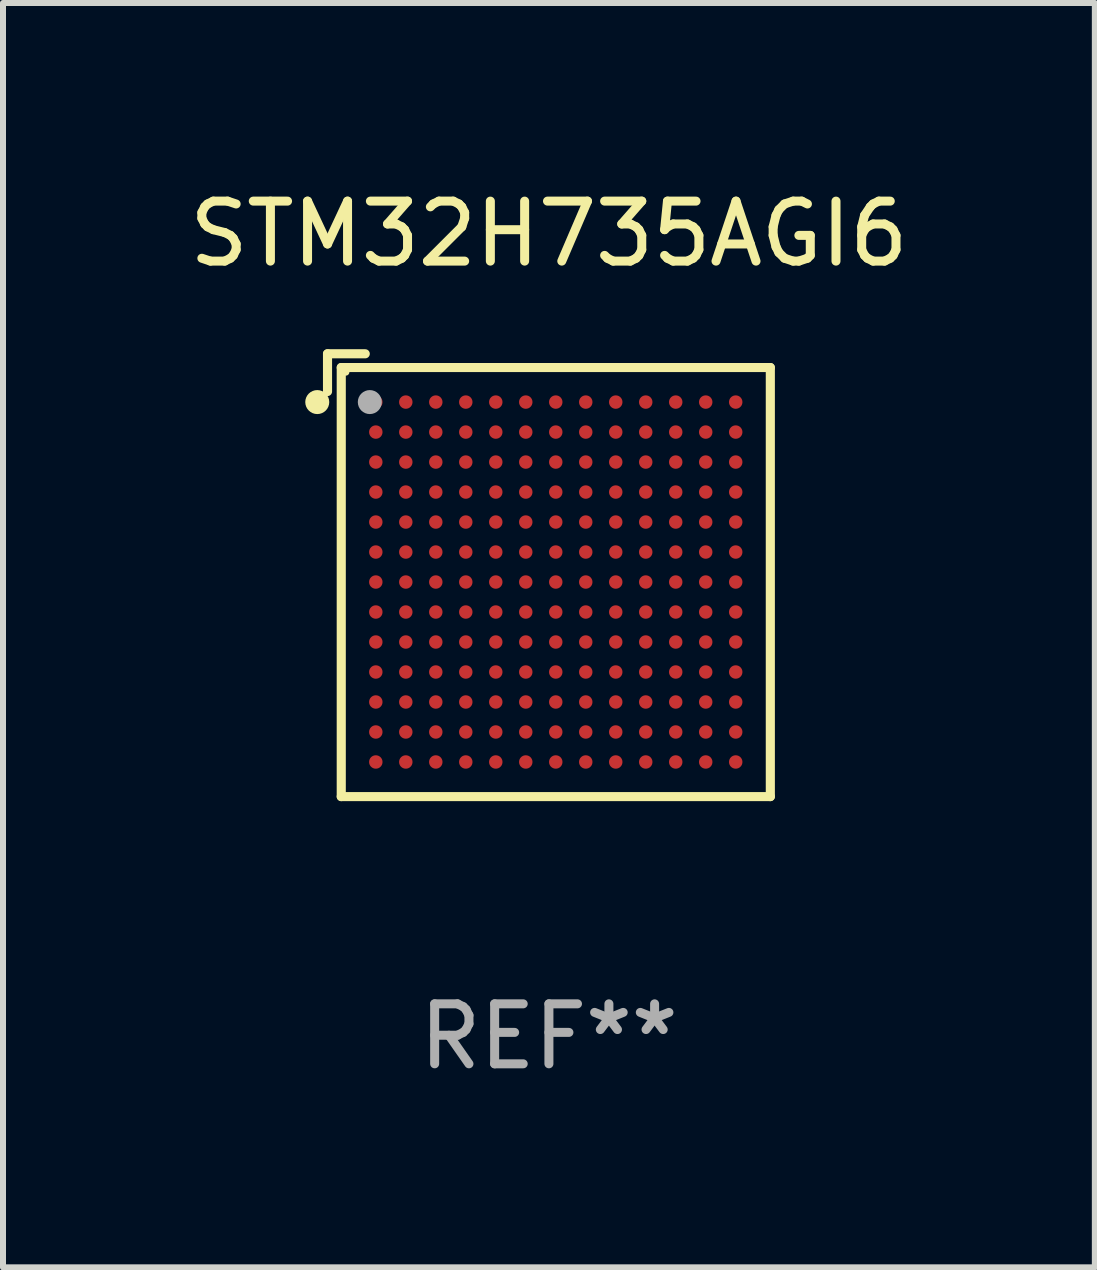
<source format=kicad_pcb>
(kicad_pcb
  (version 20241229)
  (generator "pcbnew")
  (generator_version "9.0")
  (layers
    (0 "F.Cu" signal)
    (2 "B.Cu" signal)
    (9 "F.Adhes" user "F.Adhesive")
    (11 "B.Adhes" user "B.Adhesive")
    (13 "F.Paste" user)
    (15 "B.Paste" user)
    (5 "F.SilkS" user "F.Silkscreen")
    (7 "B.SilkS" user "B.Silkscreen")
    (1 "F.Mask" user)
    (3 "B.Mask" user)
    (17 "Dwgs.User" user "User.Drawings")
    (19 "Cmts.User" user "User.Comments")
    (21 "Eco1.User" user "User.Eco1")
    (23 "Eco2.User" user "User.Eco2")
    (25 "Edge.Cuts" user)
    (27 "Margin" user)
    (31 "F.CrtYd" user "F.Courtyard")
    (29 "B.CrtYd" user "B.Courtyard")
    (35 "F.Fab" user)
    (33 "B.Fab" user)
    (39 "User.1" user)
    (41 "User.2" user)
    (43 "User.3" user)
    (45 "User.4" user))
  (footprint "STM32H735AGI6"
    (layer "F.Cu")
    (at 6.101 6.539)
    (property "Reference" "STM32H735AGI6" (at 0 -5.691 0) (layer "F.SilkS") (effects (font (size 1 1) (thickness 0.15))))
    (attr through_hole)
    (fp_line (start -3.691 -3.691) (end -3.691 -3.062) (stroke (width 0.152) (type solid)) (layer "F.SilkS"))
    (fp_line (start -3.462 -3.462) (end 3.691 -3.462) (stroke (width 0.152) (type solid)) (layer "F.SilkS"))
    (fp_line (start -3.462 3.691) (end -3.462 -3.462) (stroke (width 0.152) (type solid)) (layer "F.SilkS"))
    (fp_line (start -3.062 -3.691) (end -3.691 -3.691) (stroke (width 0.152) (type solid)) (layer "F.SilkS"))
    (fp_line (start 3.691 -3.462) (end 3.691 3.691) (stroke (width 0.152) (type solid)) (layer "F.SilkS"))
    (fp_line (start 3.691 3.691) (end -3.462 3.691) (stroke (width 0.152) (type solid)) (layer "F.SilkS"))
    (fp_circle (center -3.862 -2.886) (end -3.762 -2.886) (stroke (width 0.2) (type solid)) (fill no) (layer "F.SilkS"))
    (fp_circle (center -3.386 -3.386) (end -3.356 -3.386) (stroke (width 0.06) (type solid)) (fill no) (layer "F.SilkS"))
    (fp_circle (center -2.986 -2.886) (end -2.886 -2.886) (stroke (width 0.2) (type solid)) (fill no) (layer "F.Fab"))
    (fp_text user "REF**" (at 0 7.691 0) (layer "F.Fab") (effects (font (size 1 1) (thickness 0.15))))
    (pad "A1" smd circle (at -2.886 -2.886) (size 0.224 0.224) (layers "F.Cu" "F.Mask" "F.Paste"))
    (pad "A2" smd circle (at -2.386 -2.886) (size 0.224 0.224) (layers "F.Cu" "F.Mask" "F.Paste"))
    (pad "A3" smd circle (at -1.886 -2.886) (size 0.224 0.224) (layers "F.Cu" "F.Mask" "F.Paste"))
    (pad "A4" smd circle (at -1.386 -2.886) (size 0.224 0.224) (layers "F.Cu" "F.Mask" "F.Paste"))
    (pad "A5" smd circle (at -0.886 -2.886) (size 0.224 0.224) (layers "F.Cu" "F.Mask" "F.Paste"))
    (pad "A6" smd circle (at -0.386 -2.886) (size 0.224 0.224) (layers "F.Cu" "F.Mask" "F.Paste"))
    (pad "A7" smd circle (at 0.114 -2.886) (size 0.224 0.224) (layers "F.Cu" "F.Mask" "F.Paste"))
    (pad "A8" smd circle (at 0.614 -2.886) (size 0.224 0.224) (layers "F.Cu" "F.Mask" "F.Paste"))
    (pad "A9" smd circle (at 1.114 -2.886) (size 0.224 0.224) (layers "F.Cu" "F.Mask" "F.Paste"))
    (pad "A10" smd circle (at 1.614 -2.886) (size 0.224 0.224) (layers "F.Cu" "F.Mask" "F.Paste"))
    (pad "A11" smd circle (at 2.114 -2.886) (size 0.224 0.224) (layers "F.Cu" "F.Mask" "F.Paste"))
    (pad "A12" smd circle (at 2.614 -2.886) (size 0.224 0.224) (layers "F.Cu" "F.Mask" "F.Paste"))
    (pad "A13" smd circle (at 3.114 -2.886) (size 0.224 0.224) (layers "F.Cu" "F.Mask" "F.Paste"))
    (pad "B1" smd circle (at -2.886 -2.386) (size 0.224 0.224) (layers "F.Cu" "F.Mask" "F.Paste"))
    (pad "B2" smd circle (at -2.386 -2.386) (size 0.224 0.224) (layers "F.Cu" "F.Mask" "F.Paste"))
    (pad "B3" smd circle (at -1.886 -2.386) (size 0.224 0.224) (layers "F.Cu" "F.Mask" "F.Paste"))
    (pad "B4" smd circle (at -1.386 -2.386) (size 0.224 0.224) (layers "F.Cu" "F.Mask" "F.Paste"))
    (pad "B5" smd circle (at -0.886 -2.386) (size 0.224 0.224) (layers "F.Cu" "F.Mask" "F.Paste"))
    (pad "B6" smd circle (at -0.386 -2.386) (size 0.224 0.224) (layers "F.Cu" "F.Mask" "F.Paste"))
    (pad "B7" smd circle (at 0.114 -2.386) (size 0.224 0.224) (layers "F.Cu" "F.Mask" "F.Paste"))
    (pad "B8" smd circle (at 0.614 -2.386) (size 0.224 0.224) (layers "F.Cu" "F.Mask" "F.Paste"))
    (pad "B9" smd circle (at 1.114 -2.386) (size 0.224 0.224) (layers "F.Cu" "F.Mask" "F.Paste"))
    (pad "B10" smd circle (at 1.614 -2.386) (size 0.224 0.224) (layers "F.Cu" "F.Mask" "F.Paste"))
    (pad "B11" smd circle (at 2.114 -2.386) (size 0.224 0.224) (layers "F.Cu" "F.Mask" "F.Paste"))
    (pad "B12" smd circle (at 2.614 -2.386) (size 0.224 0.224) (layers "F.Cu" "F.Mask" "F.Paste"))
    (pad "B13" smd circle (at 3.114 -2.386) (size 0.224 0.224) (layers "F.Cu" "F.Mask" "F.Paste"))
    (pad "C1" smd circle (at -2.886 -1.886) (size 0.224 0.224) (layers "F.Cu" "F.Mask" "F.Paste"))
    (pad "C2" smd circle (at -2.386 -1.886) (size 0.224 0.224) (layers "F.Cu" "F.Mask" "F.Paste"))
    (pad "C3" smd circle (at -1.886 -1.886) (size 0.224 0.224) (layers "F.Cu" "F.Mask" "F.Paste"))
    (pad "C4" smd circle (at -1.386 -1.886) (size 0.224 0.224) (layers "F.Cu" "F.Mask" "F.Paste"))
    (pad "C5" smd circle (at -0.886 -1.886) (size 0.224 0.224) (layers "F.Cu" "F.Mask" "F.Paste"))
    (pad "C6" smd circle (at -0.386 -1.886) (size 0.224 0.224) (layers "F.Cu" "F.Mask" "F.Paste"))
    (pad "C7" smd circle (at 0.114 -1.886) (size 0.224 0.224) (layers "F.Cu" "F.Mask" "F.Paste"))
    (pad "C8" smd circle (at 0.614 -1.886) (size 0.224 0.224) (layers "F.Cu" "F.Mask" "F.Paste"))
    (pad "C9" smd circle (at 1.114 -1.886) (size 0.224 0.224) (layers "F.Cu" "F.Mask" "F.Paste"))
    (pad "C10" smd circle (at 1.614 -1.886) (size 0.224 0.224) (layers "F.Cu" "F.Mask" "F.Paste"))
    (pad "C11" smd circle (at 2.114 -1.886) (size 0.224 0.224) (layers "F.Cu" "F.Mask" "F.Paste"))
    (pad "C12" smd circle (at 2.614 -1.886) (size 0.224 0.224) (layers "F.Cu" "F.Mask" "F.Paste"))
    (pad "C13" smd circle (at 3.114 -1.886) (size 0.224 0.224) (layers "F.Cu" "F.Mask" "F.Paste"))
    (pad "D1" smd circle (at -2.886 -1.386) (size 0.224 0.224) (layers "F.Cu" "F.Mask" "F.Paste"))
    (pad "D2" smd circle (at -2.386 -1.386) (size 0.224 0.224) (layers "F.Cu" "F.Mask" "F.Paste"))
    (pad "D3" smd circle (at -1.886 -1.386) (size 0.224 0.224) (layers "F.Cu" "F.Mask" "F.Paste"))
    (pad "D4" smd circle (at -1.386 -1.386) (size 0.224 0.224) (layers "F.Cu" "F.Mask" "F.Paste"))
    (pad "D5" smd circle (at -0.886 -1.386) (size 0.224 0.224) (layers "F.Cu" "F.Mask" "F.Paste"))
    (pad "D6" smd circle (at -0.386 -1.386) (size 0.224 0.224) (layers "F.Cu" "F.Mask" "F.Paste"))
    (pad "D7" smd circle (at 0.114 -1.386) (size 0.224 0.224) (layers "F.Cu" "F.Mask" "F.Paste"))
    (pad "D8" smd circle (at 0.614 -1.386) (size 0.224 0.224) (layers "F.Cu" "F.Mask" "F.Paste"))
    (pad "D9" smd circle (at 1.114 -1.386) (size 0.224 0.224) (layers "F.Cu" "F.Mask" "F.Paste"))
    (pad "D10" smd circle (at 1.614 -1.386) (size 0.224 0.224) (layers "F.Cu" "F.Mask" "F.Paste"))
    (pad "D11" smd circle (at 2.114 -1.386) (size 0.224 0.224) (layers "F.Cu" "F.Mask" "F.Paste"))
    (pad "D12" smd circle (at 2.614 -1.386) (size 0.224 0.224) (layers "F.Cu" "F.Mask" "F.Paste"))
    (pad "D13" smd circle (at 3.114 -1.386) (size 0.224 0.224) (layers "F.Cu" "F.Mask" "F.Paste"))
    (pad "E1" smd circle (at -2.886 -0.886) (size 0.224 0.224) (layers "F.Cu" "F.Mask" "F.Paste"))
    (pad "E2" smd circle (at -2.386 -0.886) (size 0.224 0.224) (layers "F.Cu" "F.Mask" "F.Paste"))
    (pad "E3" smd circle (at -1.886 -0.886) (size 0.224 0.224) (layers "F.Cu" "F.Mask" "F.Paste"))
    (pad "E4" smd circle (at -1.386 -0.886) (size 0.224 0.224) (layers "F.Cu" "F.Mask" "F.Paste"))
    (pad "E5" smd circle (at -0.886 -0.886) (size 0.224 0.224) (layers "F.Cu" "F.Mask" "F.Paste"))
    (pad "E6" smd circle (at -0.386 -0.886) (size 0.224 0.224) (layers "F.Cu" "F.Mask" "F.Paste"))
    (pad "E7" smd circle (at 0.114 -0.886) (size 0.224 0.224) (layers "F.Cu" "F.Mask" "F.Paste"))
    (pad "E8" smd circle (at 0.614 -0.886) (size 0.224 0.224) (layers "F.Cu" "F.Mask" "F.Paste"))
    (pad "E9" smd circle (at 1.114 -0.886) (size 0.224 0.224) (layers "F.Cu" "F.Mask" "F.Paste"))
    (pad "E10" smd circle (at 1.614 -0.886) (size 0.224 0.224) (layers "F.Cu" "F.Mask" "F.Paste"))
    (pad "E11" smd circle (at 2.114 -0.886) (size 0.224 0.224) (layers "F.Cu" "F.Mask" "F.Paste"))
    (pad "E12" smd circle (at 2.614 -0.886) (size 0.224 0.224) (layers "F.Cu" "F.Mask" "F.Paste"))
    (pad "E13" smd circle (at 3.114 -0.886) (size 0.224 0.224) (layers "F.Cu" "F.Mask" "F.Paste"))
    (pad "F1" smd circle (at -2.886 -0.386) (size 0.224 0.224) (layers "F.Cu" "F.Mask" "F.Paste"))
    (pad "F2" smd circle (at -2.386 -0.386) (size 0.224 0.224) (layers "F.Cu" "F.Mask" "F.Paste"))
    (pad "F3" smd circle (at -1.886 -0.386) (size 0.224 0.224) (layers "F.Cu" "F.Mask" "F.Paste"))
    (pad "F4" smd circle (at -1.386 -0.386) (size 0.224 0.224) (layers "F.Cu" "F.Mask" "F.Paste"))
    (pad "F5" smd circle (at -0.886 -0.386) (size 0.224 0.224) (layers "F.Cu" "F.Mask" "F.Paste"))
    (pad "F6" smd circle (at -0.386 -0.386) (size 0.224 0.224) (layers "F.Cu" "F.Mask" "F.Paste"))
    (pad "F7" smd circle (at 0.114 -0.386) (size 0.224 0.224) (layers "F.Cu" "F.Mask" "F.Paste"))
    (pad "F8" smd circle (at 0.614 -0.386) (size 0.224 0.224) (layers "F.Cu" "F.Mask" "F.Paste"))
    (pad "F9" smd circle (at 1.114 -0.386) (size 0.224 0.224) (layers "F.Cu" "F.Mask" "F.Paste"))
    (pad "F10" smd circle (at 1.614 -0.386) (size 0.224 0.224) (layers "F.Cu" "F.Mask" "F.Paste"))
    (pad "F11" smd circle (at 2.114 -0.386) (size 0.224 0.224) (layers "F.Cu" "F.Mask" "F.Paste"))
    (pad "F12" smd circle (at 2.614 -0.386) (size 0.224 0.224) (layers "F.Cu" "F.Mask" "F.Paste"))
    (pad "F13" smd circle (at 3.114 -0.386) (size 0.224 0.224) (layers "F.Cu" "F.Mask" "F.Paste"))
    (pad "G1" smd circle (at -2.886 0.114) (size 0.224 0.224) (layers "F.Cu" "F.Mask" "F.Paste"))
    (pad "G2" smd circle (at -2.386 0.114) (size 0.224 0.224) (layers "F.Cu" "F.Mask" "F.Paste"))
    (pad "G3" smd circle (at -1.886 0.114) (size 0.224 0.224) (layers "F.Cu" "F.Mask" "F.Paste"))
    (pad "G4" smd circle (at -1.386 0.114) (size 0.224 0.224) (layers "F.Cu" "F.Mask" "F.Paste"))
    (pad "G5" smd circle (at -0.886 0.114) (size 0.224 0.224) (layers "F.Cu" "F.Mask" "F.Paste"))
    (pad "G6" smd circle (at -0.386 0.114) (size 0.224 0.224) (layers "F.Cu" "F.Mask" "F.Paste"))
    (pad "G7" smd circle (at 0.114 0.114) (size 0.224 0.224) (layers "F.Cu" "F.Mask" "F.Paste"))
    (pad "G8" smd circle (at 0.614 0.114) (size 0.224 0.224) (layers "F.Cu" "F.Mask" "F.Paste"))
    (pad "G9" smd circle (at 1.114 0.114) (size 0.224 0.224) (layers "F.Cu" "F.Mask" "F.Paste"))
    (pad "G10" smd circle (at 1.614 0.114) (size 0.224 0.224) (layers "F.Cu" "F.Mask" "F.Paste"))
    (pad "G11" smd circle (at 2.114 0.114) (size 0.224 0.224) (layers "F.Cu" "F.Mask" "F.Paste"))
    (pad "G12" smd circle (at 2.614 0.114) (size 0.224 0.224) (layers "F.Cu" "F.Mask" "F.Paste"))
    (pad "G13" smd circle (at 3.114 0.114) (size 0.224 0.224) (layers "F.Cu" "F.Mask" "F.Paste"))
    (pad "H1" smd circle (at -2.886 0.614) (size 0.224 0.224) (layers "F.Cu" "F.Mask" "F.Paste"))
    (pad "H2" smd circle (at -2.386 0.614) (size 0.224 0.224) (layers "F.Cu" "F.Mask" "F.Paste"))
    (pad "H3" smd circle (at -1.886 0.614) (size 0.224 0.224) (layers "F.Cu" "F.Mask" "F.Paste"))
    (pad "H4" smd circle (at -1.386 0.614) (size 0.224 0.224) (layers "F.Cu" "F.Mask" "F.Paste"))
    (pad "H5" smd circle (at -0.886 0.614) (size 0.224 0.224) (layers "F.Cu" "F.Mask" "F.Paste"))
    (pad "H6" smd circle (at -0.386 0.614) (size 0.224 0.224) (layers "F.Cu" "F.Mask" "F.Paste"))
    (pad "H7" smd circle (at 0.114 0.614) (size 0.224 0.224) (layers "F.Cu" "F.Mask" "F.Paste"))
    (pad "H8" smd circle (at 0.614 0.614) (size 0.224 0.224) (layers "F.Cu" "F.Mask" "F.Paste"))
    (pad "H9" smd circle (at 1.114 0.614) (size 0.224 0.224) (layers "F.Cu" "F.Mask" "F.Paste"))
    (pad "H10" smd circle (at 1.614 0.614) (size 0.224 0.224) (layers "F.Cu" "F.Mask" "F.Paste"))
    (pad "H11" smd circle (at 2.114 0.614) (size 0.224 0.224) (layers "F.Cu" "F.Mask" "F.Paste"))
    (pad "H12" smd circle (at 2.614 0.614) (size 0.224 0.224) (layers "F.Cu" "F.Mask" "F.Paste"))
    (pad "H13" smd circle (at 3.114 0.614) (size 0.224 0.224) (layers "F.Cu" "F.Mask" "F.Paste"))
    (pad "J1" smd circle (at -2.886 1.114) (size 0.224 0.224) (layers "F.Cu" "F.Mask" "F.Paste"))
    (pad "J2" smd circle (at -2.386 1.114) (size 0.224 0.224) (layers "F.Cu" "F.Mask" "F.Paste"))
    (pad "J3" smd circle (at -1.886 1.114) (size 0.224 0.224) (layers "F.Cu" "F.Mask" "F.Paste"))
    (pad "J4" smd circle (at -1.386 1.114) (size 0.224 0.224) (layers "F.Cu" "F.Mask" "F.Paste"))
    (pad "J5" smd circle (at -0.886 1.114) (size 0.224 0.224) (layers "F.Cu" "F.Mask" "F.Paste"))
    (pad "J6" smd circle (at -0.386 1.114) (size 0.224 0.224) (layers "F.Cu" "F.Mask" "F.Paste"))
    (pad "J7" smd circle (at 0.114 1.114) (size 0.224 0.224) (layers "F.Cu" "F.Mask" "F.Paste"))
    (pad "J8" smd circle (at 0.614 1.114) (size 0.224 0.224) (layers "F.Cu" "F.Mask" "F.Paste"))
    (pad "J9" smd circle (at 1.114 1.114) (size 0.224 0.224) (layers "F.Cu" "F.Mask" "F.Paste"))
    (pad "J10" smd circle (at 1.614 1.114) (size 0.224 0.224) (layers "F.Cu" "F.Mask" "F.Paste"))
    (pad "J11" smd circle (at 2.114 1.114) (size 0.224 0.224) (layers "F.Cu" "F.Mask" "F.Paste"))
    (pad "J12" smd circle (at 2.614 1.114) (size 0.224 0.224) (layers "F.Cu" "F.Mask" "F.Paste"))
    (pad "J13" smd circle (at 3.114 1.114) (size 0.224 0.224) (layers "F.Cu" "F.Mask" "F.Paste"))
    (pad "K1" smd circle (at -2.886 1.614) (size 0.224 0.224) (layers "F.Cu" "F.Mask" "F.Paste"))
    (pad "K2" smd circle (at -2.386 1.614) (size 0.224 0.224) (layers "F.Cu" "F.Mask" "F.Paste"))
    (pad "K3" smd circle (at -1.886 1.614) (size 0.224 0.224) (layers "F.Cu" "F.Mask" "F.Paste"))
    (pad "K4" smd circle (at -1.386 1.614) (size 0.224 0.224) (layers "F.Cu" "F.Mask" "F.Paste"))
    (pad "K5" smd circle (at -0.886 1.614) (size 0.224 0.224) (layers "F.Cu" "F.Mask" "F.Paste"))
    (pad "K6" smd circle (at -0.386 1.614) (size 0.224 0.224) (layers "F.Cu" "F.Mask" "F.Paste"))
    (pad "K7" smd circle (at 0.114 1.614) (size 0.224 0.224) (layers "F.Cu" "F.Mask" "F.Paste"))
    (pad "K8" smd circle (at 0.614 1.614) (size 0.224 0.224) (layers "F.Cu" "F.Mask" "F.Paste"))
    (pad "K9" smd circle (at 1.114 1.614) (size 0.224 0.224) (layers "F.Cu" "F.Mask" "F.Paste"))
    (pad "K10" smd circle (at 1.614 1.614) (size 0.224 0.224) (layers "F.Cu" "F.Mask" "F.Paste"))
    (pad "K11" smd circle (at 2.114 1.614) (size 0.224 0.224) (layers "F.Cu" "F.Mask" "F.Paste"))
    (pad "K12" smd circle (at 2.614 1.614) (size 0.224 0.224) (layers "F.Cu" "F.Mask" "F.Paste"))
    (pad "K13" smd circle (at 3.114 1.614) (size 0.224 0.224) (layers "F.Cu" "F.Mask" "F.Paste"))
    (pad "L1" smd circle (at -2.886 2.114) (size 0.224 0.224) (layers "F.Cu" "F.Mask" "F.Paste"))
    (pad "L2" smd circle (at -2.386 2.114) (size 0.224 0.224) (layers "F.Cu" "F.Mask" "F.Paste"))
    (pad "L3" smd circle (at -1.886 2.114) (size 0.224 0.224) (layers "F.Cu" "F.Mask" "F.Paste"))
    (pad "L4" smd circle (at -1.386 2.114) (size 0.224 0.224) (layers "F.Cu" "F.Mask" "F.Paste"))
    (pad "L5" smd circle (at -0.886 2.114) (size 0.224 0.224) (layers "F.Cu" "F.Mask" "F.Paste"))
    (pad "L6" smd circle (at -0.386 2.114) (size 0.224 0.224) (layers "F.Cu" "F.Mask" "F.Paste"))
    (pad "L7" smd circle (at 0.114 2.114) (size 0.224 0.224) (layers "F.Cu" "F.Mask" "F.Paste"))
    (pad "L8" smd circle (at 0.614 2.114) (size 0.224 0.224) (layers "F.Cu" "F.Mask" "F.Paste"))
    (pad "L9" smd circle (at 1.114 2.114) (size 0.224 0.224) (layers "F.Cu" "F.Mask" "F.Paste"))
    (pad "L10" smd circle (at 1.614 2.114) (size 0.224 0.224) (layers "F.Cu" "F.Mask" "F.Paste"))
    (pad "L11" smd circle (at 2.114 2.114) (size 0.224 0.224) (layers "F.Cu" "F.Mask" "F.Paste"))
    (pad "L12" smd circle (at 2.614 2.114) (size 0.224 0.224) (layers "F.Cu" "F.Mask" "F.Paste"))
    (pad "L13" smd circle (at 3.114 2.114) (size 0.224 0.224) (layers "F.Cu" "F.Mask" "F.Paste"))
    (pad "M1" smd circle (at -2.886 2.614) (size 0.224 0.224) (layers "F.Cu" "F.Mask" "F.Paste"))
    (pad "M2" smd circle (at -2.386 2.614) (size 0.224 0.224) (layers "F.Cu" "F.Mask" "F.Paste"))
    (pad "M3" smd circle (at -1.886 2.614) (size 0.224 0.224) (layers "F.Cu" "F.Mask" "F.Paste"))
    (pad "M4" smd circle (at -1.386 2.614) (size 0.224 0.224) (layers "F.Cu" "F.Mask" "F.Paste"))
    (pad "M5" smd circle (at -0.886 2.614) (size 0.224 0.224) (layers "F.Cu" "F.Mask" "F.Paste"))
    (pad "M6" smd circle (at -0.386 2.614) (size 0.224 0.224) (layers "F.Cu" "F.Mask" "F.Paste"))
    (pad "M7" smd circle (at 0.114 2.614) (size 0.224 0.224) (layers "F.Cu" "F.Mask" "F.Paste"))
    (pad "M8" smd circle (at 0.614 2.614) (size 0.224 0.224) (layers "F.Cu" "F.Mask" "F.Paste"))
    (pad "M9" smd circle (at 1.114 2.614) (size 0.224 0.224) (layers "F.Cu" "F.Mask" "F.Paste"))
    (pad "M10" smd circle (at 1.614 2.614) (size 0.224 0.224) (layers "F.Cu" "F.Mask" "F.Paste"))
    (pad "M11" smd circle (at 2.114 2.614) (size 0.224 0.224) (layers "F.Cu" "F.Mask" "F.Paste"))
    (pad "M12" smd circle (at 2.614 2.614) (size 0.224 0.224) (layers "F.Cu" "F.Mask" "F.Paste"))
    (pad "M13" smd circle (at 3.114 2.614) (size 0.224 0.224) (layers "F.Cu" "F.Mask" "F.Paste"))
    (pad "N1" smd circle (at -2.886 3.114) (size 0.224 0.224) (layers "F.Cu" "F.Mask" "F.Paste"))
    (pad "N2" smd circle (at -2.386 3.114) (size 0.224 0.224) (layers "F.Cu" "F.Mask" "F.Paste"))
    (pad "N3" smd circle (at -1.886 3.114) (size 0.224 0.224) (layers "F.Cu" "F.Mask" "F.Paste"))
    (pad "N4" smd circle (at -1.386 3.114) (size 0.224 0.224) (layers "F.Cu" "F.Mask" "F.Paste"))
    (pad "N5" smd circle (at -0.886 3.114) (size 0.224 0.224) (layers "F.Cu" "F.Mask" "F.Paste"))
    (pad "N6" smd circle (at -0.386 3.114) (size 0.224 0.224) (layers "F.Cu" "F.Mask" "F.Paste"))
    (pad "N7" smd circle (at 0.114 3.114) (size 0.224 0.224) (layers "F.Cu" "F.Mask" "F.Paste"))
    (pad "N8" smd circle (at 0.614 3.114) (size 0.224 0.224) (layers "F.Cu" "F.Mask" "F.Paste"))
    (pad "N9" smd circle (at 1.114 3.114) (size 0.224 0.224) (layers "F.Cu" "F.Mask" "F.Paste"))
    (pad "N10" smd circle (at 1.614 3.114) (size 0.224 0.224) (layers "F.Cu" "F.Mask" "F.Paste"))
    (pad "N11" smd circle (at 2.114 3.114) (size 0.224 0.224) (layers "F.Cu" "F.Mask" "F.Paste"))
    (pad "N12" smd circle (at 2.614 3.114) (size 0.224 0.224) (layers "F.Cu" "F.Mask" "F.Paste"))
    (pad "N13" smd circle (at 3.114 3.114) (size 0.224 0.224) (layers "F.Cu" "F.Mask" "F.Paste")))
  (gr_rect
    (start -3 -3)
    (end 15.202 18.078)
    (stroke (width 0.1) (type default))
    (fill no)
    (layer "Edge.Cuts")))
</source>
